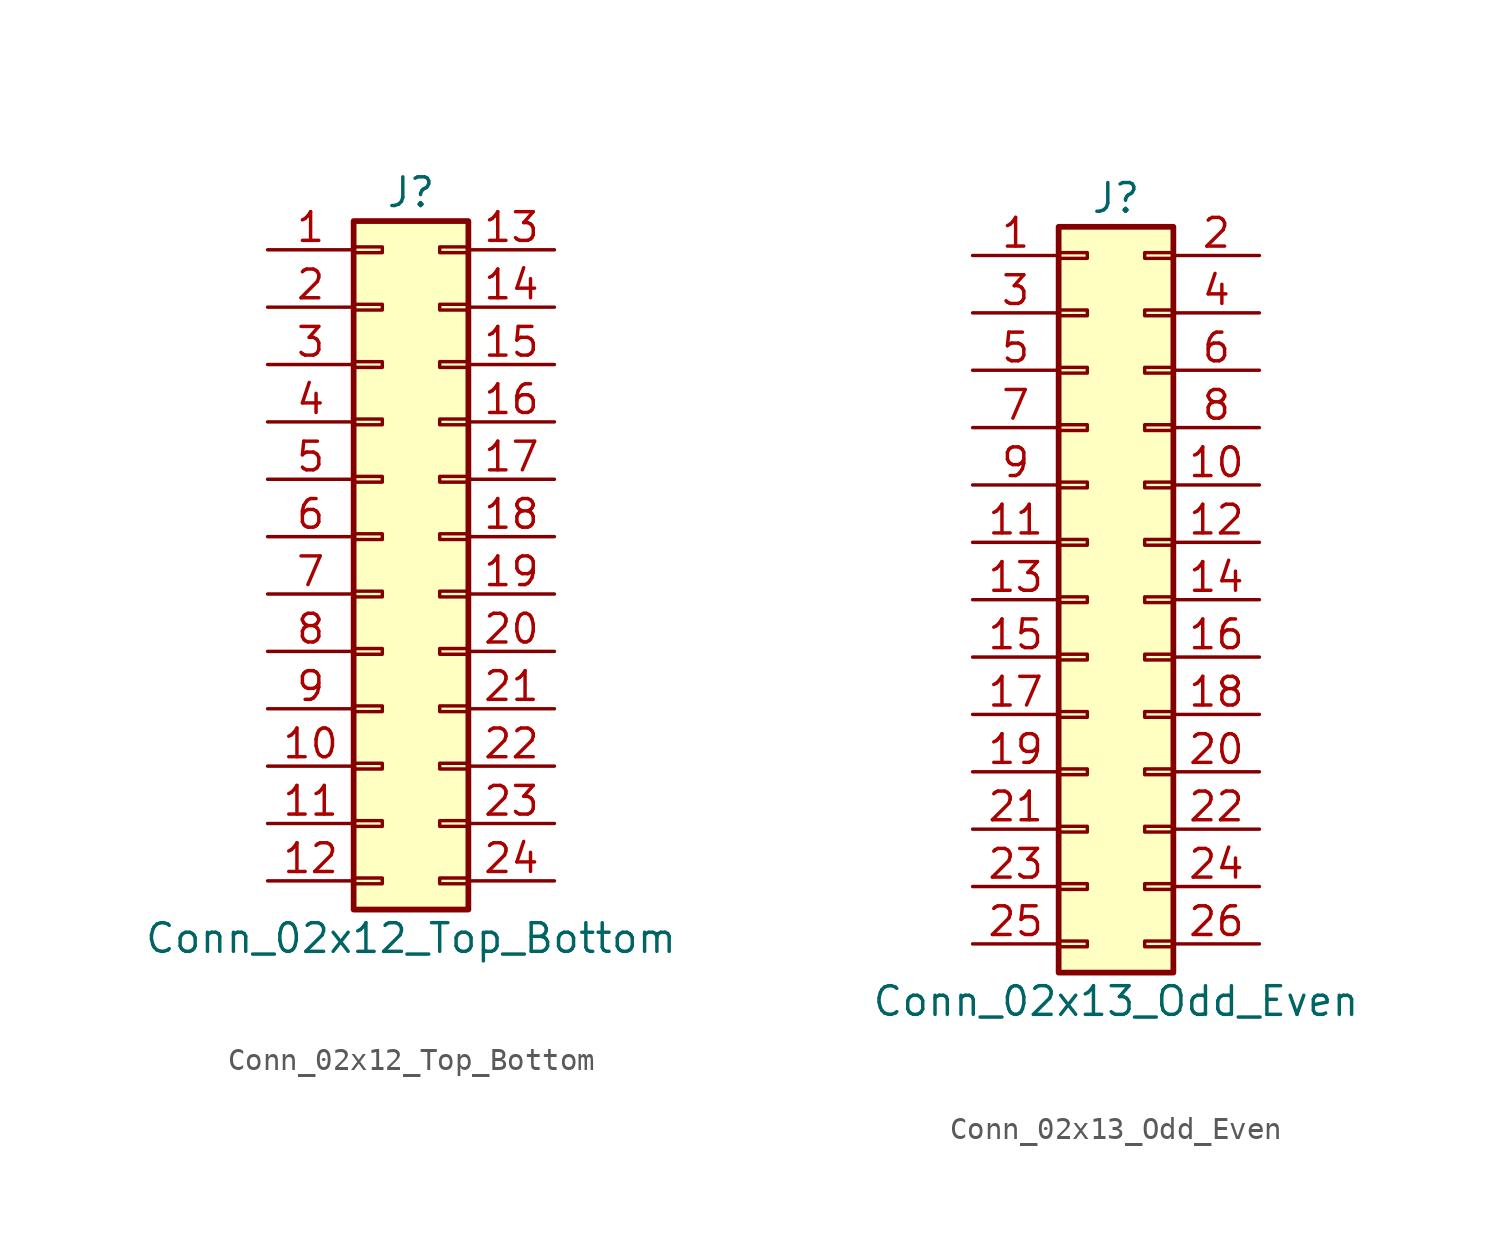
<source format=kicad_sym>
(kicad_symbol_lib
  (version 20201005)
  (generator kicad_symbol_editor)
  (symbol "Connector_Generic:Conn_02x12_Top_Bottom"
    (pin_names
      (offset 1.016) hide)
    (property "Reference" "J"
      (at 1.27 15.24 0)
      (effects (font (size 1.27 1.27))))
    (property "Value" "Conn_02x12_Top_Bottom"
      (at 1.27 -17.78 0)
      (effects (font (size 1.27 1.27))))
    (symbol "Conn_02x12_Top_Bottom_1_1"
      (rectangle (start -1.27 -4.953) (end 0 -5.207) (stroke (width 0.152)) (fill (type none)))
      (rectangle (start -1.27 -7.493) (end 0 -7.747) (stroke (width 0.152)) (fill (type none)))
      (rectangle (start -1.27 -10.033) (end 0 -10.287) (stroke (width 0.152)) (fill (type none)))
      (rectangle (start -1.27 -12.573) (end 0 -12.827) (stroke (width 0.152)) (fill (type none)))
      (rectangle (start -1.27 -15.113) (end 0 -15.367) (stroke (width 0.152)) (fill (type none)))
      (rectangle (start -1.27 -2.413) (end 0 -2.667) (stroke (width 0.152)) (fill (type none)))
      (rectangle (start -1.27 2.667) (end 0 2.413) (stroke (width 0.152)) (fill (type none)))
      (rectangle (start -1.27 5.207) (end 0 4.953) (stroke (width 0.152)) (fill (type none)))
      (rectangle (start -1.27 7.747) (end 0 7.493) (stroke (width 0.152)) (fill (type none)))
      (rectangle (start -1.27 10.287) (end 0 10.033) (stroke (width 0.152)) (fill (type none)))
      (rectangle (start -1.27 0.127) (end 0 -0.127) (stroke (width 0.152)) (fill (type none)))
      (rectangle (start -1.27 12.827) (end 0 12.573) (stroke (width 0.152)) (fill (type none)))
      (rectangle (start -1.27 13.97) (end 3.81 -16.51) (stroke (width 0.254)) (fill (type background)))
      (rectangle (start 3.81 -4.953) (end 2.54 -5.207) (stroke (width 0.152)) (fill (type none)))
      (rectangle (start 3.81 -7.493) (end 2.54 -7.747) (stroke (width 0.152)) (fill (type none)))
      (rectangle (start 3.81 -10.033) (end 2.54 -10.287) (stroke (width 0.152)) (fill (type none)))
      (rectangle (start 3.81 -12.573) (end 2.54 -12.827) (stroke (width 0.152)) (fill (type none)))
      (rectangle (start 3.81 -15.113) (end 2.54 -15.367) (stroke (width 0.152)) (fill (type none)))
      (rectangle (start 3.81 -2.413) (end 2.54 -2.667) (stroke (width 0.152)) (fill (type none)))
      (rectangle (start 3.81 2.667) (end 2.54 2.413) (stroke (width 0.152)) (fill (type none)))
      (rectangle (start 3.81 5.207) (end 2.54 4.953) (stroke (width 0.152)) (fill (type none)))
      (rectangle (start 3.81 7.747) (end 2.54 7.493) (stroke (width 0.152)) (fill (type none)))
      (rectangle (start 3.81 10.287) (end 2.54 10.033) (stroke (width 0.152)) (fill (type none)))
      (rectangle (start 3.81 0.127) (end 2.54 -0.127) (stroke (width 0.152)) (fill (type none)))
      (rectangle (start 3.81 12.827) (end 2.54 12.573) (stroke (width 0.152)) (fill (type none)))
      (pin passive line (at -5.08 12.7 0) (length 3.81) (name "Pin_1" (effects (font (size 1.27 1.27)))) (number "1" (effects (font (size 1.27 1.27)))))
      (pin passive line (at -5.08 -10.16 0) (length 3.81) (name "Pin_10" (effects (font (size 1.27 1.27)))) (number "10" (effects (font (size 1.27 1.27)))))
      (pin passive line (at -5.08 -12.7 0) (length 3.81) (name "Pin_11" (effects (font (size 1.27 1.27)))) (number "11" (effects (font (size 1.27 1.27)))))
      (pin passive line (at -5.08 -15.24 0) (length 3.81) (name "Pin_12" (effects (font (size 1.27 1.27)))) (number "12" (effects (font (size 1.27 1.27)))))
      (pin passive line (at 7.62 12.7 180) (length 3.81) (name "Pin_13" (effects (font (size 1.27 1.27)))) (number "13" (effects (font (size 1.27 1.27)))))
      (pin passive line (at 7.62 10.16 180) (length 3.81) (name "Pin_14" (effects (font (size 1.27 1.27)))) (number "14" (effects (font (size 1.27 1.27)))))
      (pin passive line (at 7.62 7.62 180) (length 3.81) (name "Pin_15" (effects (font (size 1.27 1.27)))) (number "15" (effects (font (size 1.27 1.27)))))
      (pin passive line (at 7.62 5.08 180) (length 3.81) (name "Pin_16" (effects (font (size 1.27 1.27)))) (number "16" (effects (font (size 1.27 1.27)))))
      (pin passive line (at 7.62 2.54 180) (length 3.81) (name "Pin_17" (effects (font (size 1.27 1.27)))) (number "17" (effects (font (size 1.27 1.27)))))
      (pin passive line (at 7.62 0 180) (length 3.81) (name "Pin_18" (effects (font (size 1.27 1.27)))) (number "18" (effects (font (size 1.27 1.27)))))
      (pin passive line (at 7.62 -2.54 180) (length 3.81) (name "Pin_19" (effects (font (size 1.27 1.27)))) (number "19" (effects (font (size 1.27 1.27)))))
      (pin passive line (at -5.08 10.16 0) (length 3.81) (name "Pin_2" (effects (font (size 1.27 1.27)))) (number "2" (effects (font (size 1.27 1.27)))))
      (pin passive line (at 7.62 -5.08 180) (length 3.81) (name "Pin_20" (effects (font (size 1.27 1.27)))) (number "20" (effects (font (size 1.27 1.27)))))
      (pin passive line (at 7.62 -7.62 180) (length 3.81) (name "Pin_21" (effects (font (size 1.27 1.27)))) (number "21" (effects (font (size 1.27 1.27)))))
      (pin passive line (at 7.62 -10.16 180) (length 3.81) (name "Pin_22" (effects (font (size 1.27 1.27)))) (number "22" (effects (font (size 1.27 1.27)))))
      (pin passive line (at 7.62 -12.7 180) (length 3.81) (name "Pin_23" (effects (font (size 1.27 1.27)))) (number "23" (effects (font (size 1.27 1.27)))))
      (pin passive line (at 7.62 -15.24 180) (length 3.81) (name "Pin_24" (effects (font (size 1.27 1.27)))) (number "24" (effects (font (size 1.27 1.27)))))
      (pin passive line (at -5.08 7.62 0) (length 3.81) (name "Pin_3" (effects (font (size 1.27 1.27)))) (number "3" (effects (font (size 1.27 1.27)))))
      (pin passive line (at -5.08 5.08 0) (length 3.81) (name "Pin_4" (effects (font (size 1.27 1.27)))) (number "4" (effects (font (size 1.27 1.27)))))
      (pin passive line (at -5.08 2.54 0) (length 3.81) (name "Pin_5" (effects (font (size 1.27 1.27)))) (number "5" (effects (font (size 1.27 1.27)))))
      (pin passive line (at -5.08 0 0) (length 3.81) (name "Pin_6" (effects (font (size 1.27 1.27)))) (number "6" (effects (font (size 1.27 1.27)))))
      (pin passive line (at -5.08 -2.54 0) (length 3.81) (name "Pin_7" (effects (font (size 1.27 1.27)))) (number "7" (effects (font (size 1.27 1.27)))))
      (pin passive line (at -5.08 -5.08 0) (length 3.81) (name "Pin_8" (effects (font (size 1.27 1.27)))) (number "8" (effects (font (size 1.27 1.27)))))
      (pin passive line (at -5.08 -7.62 0) (length 3.81) (name "Pin_9" (effects (font (size 1.27 1.27)))) (number "9" (effects (font (size 1.27 1.27)))))))
  (symbol "Connector_Generic:Conn_02x13_Odd_Even"
    (pin_names
      (offset 1.016) hide)
    (property "Reference" "J"
      (at 1.27 17.78 0)
      (effects (font (size 1.27 1.27))))
    (property "Value" "Conn_02x13_Odd_Even"
      (at 1.27 -17.78 0)
      (effects (font (size 1.27 1.27))))
    (symbol "Conn_02x13_Odd_Even_1_1"
      (rectangle (start -1.27 -4.953) (end 0 -5.207) (stroke (width 0.152)) (fill (type none)))
      (rectangle (start -1.27 -7.493) (end 0 -7.747) (stroke (width 0.152)) (fill (type none)))
      (rectangle (start -1.27 -10.033) (end 0 -10.287) (stroke (width 0.152)) (fill (type none)))
      (rectangle (start -1.27 -12.573) (end 0 -12.827) (stroke (width 0.152)) (fill (type none)))
      (rectangle (start -1.27 -15.113) (end 0 -15.367) (stroke (width 0.152)) (fill (type none)))
      (rectangle (start -1.27 -2.413) (end 0 -2.667) (stroke (width 0.152)) (fill (type none)))
      (rectangle (start -1.27 2.667) (end 0 2.413) (stroke (width 0.152)) (fill (type none)))
      (rectangle (start -1.27 5.207) (end 0 4.953) (stroke (width 0.152)) (fill (type none)))
      (rectangle (start -1.27 7.747) (end 0 7.493) (stroke (width 0.152)) (fill (type none)))
      (rectangle (start -1.27 10.287) (end 0 10.033) (stroke (width 0.152)) (fill (type none)))
      (rectangle (start -1.27 0.127) (end 0 -0.127) (stroke (width 0.152)) (fill (type none)))
      (rectangle (start -1.27 12.827) (end 0 12.573) (stroke (width 0.152)) (fill (type none)))
      (rectangle (start -1.27 15.367) (end 0 15.113) (stroke (width 0.152)) (fill (type none)))
      (rectangle (start -1.27 16.51) (end 3.81 -16.51) (stroke (width 0.254)) (fill (type background)))
      (rectangle (start 3.81 -4.953) (end 2.54 -5.207) (stroke (width 0.152)) (fill (type none)))
      (rectangle (start 3.81 -7.493) (end 2.54 -7.747) (stroke (width 0.152)) (fill (type none)))
      (rectangle (start 3.81 -10.033) (end 2.54 -10.287) (stroke (width 0.152)) (fill (type none)))
      (rectangle (start 3.81 -12.573) (end 2.54 -12.827) (stroke (width 0.152)) (fill (type none)))
      (rectangle (start 3.81 -15.113) (end 2.54 -15.367) (stroke (width 0.152)) (fill (type none)))
      (rectangle (start 3.81 -2.413) (end 2.54 -2.667) (stroke (width 0.152)) (fill (type none)))
      (rectangle (start 3.81 2.667) (end 2.54 2.413) (stroke (width 0.152)) (fill (type none)))
      (rectangle (start 3.81 5.207) (end 2.54 4.953) (stroke (width 0.152)) (fill (type none)))
      (rectangle (start 3.81 7.747) (end 2.54 7.493) (stroke (width 0.152)) (fill (type none)))
      (rectangle (start 3.81 10.287) (end 2.54 10.033) (stroke (width 0.152)) (fill (type none)))
      (rectangle (start 3.81 0.127) (end 2.54 -0.127) (stroke (width 0.152)) (fill (type none)))
      (rectangle (start 3.81 12.827) (end 2.54 12.573) (stroke (width 0.152)) (fill (type none)))
      (rectangle (start 3.81 15.367) (end 2.54 15.113) (stroke (width 0.152)) (fill (type none)))
      (pin passive line (at -5.08 15.24 0) (length 3.81) (name "Pin_1" (effects (font (size 1.27 1.27)))) (number "1" (effects (font (size 1.27 1.27)))))
      (pin passive line (at 7.62 5.08 180) (length 3.81) (name "Pin_10" (effects (font (size 1.27 1.27)))) (number "10" (effects (font (size 1.27 1.27)))))
      (pin passive line (at -5.08 2.54 0) (length 3.81) (name "Pin_11" (effects (font (size 1.27 1.27)))) (number "11" (effects (font (size 1.27 1.27)))))
      (pin passive line (at 7.62 2.54 180) (length 3.81) (name "Pin_12" (effects (font (size 1.27 1.27)))) (number "12" (effects (font (size 1.27 1.27)))))
      (pin passive line (at -5.08 0 0) (length 3.81) (name "Pin_13" (effects (font (size 1.27 1.27)))) (number "13" (effects (font (size 1.27 1.27)))))
      (pin passive line (at 7.62 0 180) (length 3.81) (name "Pin_14" (effects (font (size 1.27 1.27)))) (number "14" (effects (font (size 1.27 1.27)))))
      (pin passive line (at -5.08 -2.54 0) (length 3.81) (name "Pin_15" (effects (font (size 1.27 1.27)))) (number "15" (effects (font (size 1.27 1.27)))))
      (pin passive line (at 7.62 -2.54 180) (length 3.81) (name "Pin_16" (effects (font (size 1.27 1.27)))) (number "16" (effects (font (size 1.27 1.27)))))
      (pin passive line (at -5.08 -5.08 0) (length 3.81) (name "Pin_17" (effects (font (size 1.27 1.27)))) (number "17" (effects (font (size 1.27 1.27)))))
      (pin passive line (at 7.62 -5.08 180) (length 3.81) (name "Pin_18" (effects (font (size 1.27 1.27)))) (number "18" (effects (font (size 1.27 1.27)))))
      (pin passive line (at -5.08 -7.62 0) (length 3.81) (name "Pin_19" (effects (font (size 1.27 1.27)))) (number "19" (effects (font (size 1.27 1.27)))))
      (pin passive line (at 7.62 15.24 180) (length 3.81) (name "Pin_2" (effects (font (size 1.27 1.27)))) (number "2" (effects (font (size 1.27 1.27)))))
      (pin passive line (at 7.62 -7.62 180) (length 3.81) (name "Pin_20" (effects (font (size 1.27 1.27)))) (number "20" (effects (font (size 1.27 1.27)))))
      (pin passive line (at -5.08 -10.16 0) (length 3.81) (name "Pin_21" (effects (font (size 1.27 1.27)))) (number "21" (effects (font (size 1.27 1.27)))))
      (pin passive line (at 7.62 -10.16 180) (length 3.81) (name "Pin_22" (effects (font (size 1.27 1.27)))) (number "22" (effects (font (size 1.27 1.27)))))
      (pin passive line (at -5.08 -12.7 0) (length 3.81) (name "Pin_23" (effects (font (size 1.27 1.27)))) (number "23" (effects (font (size 1.27 1.27)))))
      (pin passive line (at 7.62 -12.7 180) (length 3.81) (name "Pin_24" (effects (font (size 1.27 1.27)))) (number "24" (effects (font (size 1.27 1.27)))))
      (pin passive line (at -5.08 -15.24 0) (length 3.81) (name "Pin_25" (effects (font (size 1.27 1.27)))) (number "25" (effects (font (size 1.27 1.27)))))
      (pin passive line (at 7.62 -15.24 180) (length 3.81) (name "Pin_26" (effects (font (size 1.27 1.27)))) (number "26" (effects (font (size 1.27 1.27)))))
      (pin passive line (at -5.08 12.7 0) (length 3.81) (name "Pin_3" (effects (font (size 1.27 1.27)))) (number "3" (effects (font (size 1.27 1.27)))))
      (pin passive line (at 7.62 12.7 180) (length 3.81) (name "Pin_4" (effects (font (size 1.27 1.27)))) (number "4" (effects (font (size 1.27 1.27)))))
      (pin passive line (at -5.08 10.16 0) (length 3.81) (name "Pin_5" (effects (font (size 1.27 1.27)))) (number "5" (effects (font (size 1.27 1.27)))))
      (pin passive line (at 7.62 10.16 180) (length 3.81) (name "Pin_6" (effects (font (size 1.27 1.27)))) (number "6" (effects (font (size 1.27 1.27)))))
      (pin passive line (at -5.08 7.62 0) (length 3.81) (name "Pin_7" (effects (font (size 1.27 1.27)))) (number "7" (effects (font (size 1.27 1.27)))))
      (pin passive line (at 7.62 7.62 180) (length 3.81) (name "Pin_8" (effects (font (size 1.27 1.27)))) (number "8" (effects (font (size 1.27 1.27)))))
      (pin passive line (at -5.08 5.08 0) (length 3.81) (name "Pin_9" (effects (font (size 1.27 1.27)))) (number "9" (effects (font (size 1.27 1.27))))))))
</source>
